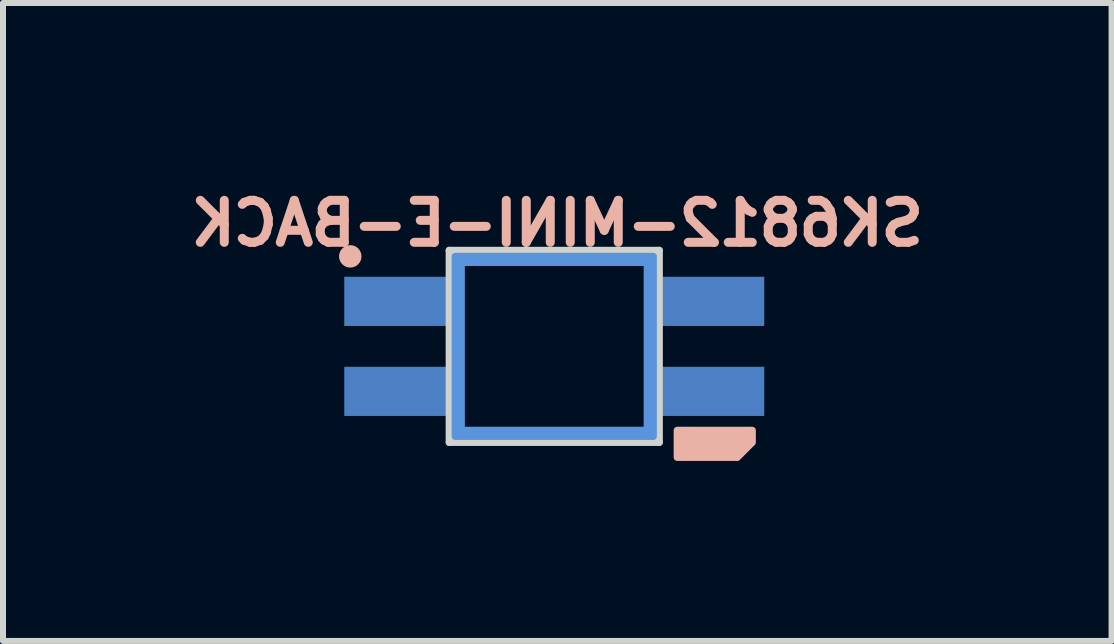
<source format=kicad_pcb>
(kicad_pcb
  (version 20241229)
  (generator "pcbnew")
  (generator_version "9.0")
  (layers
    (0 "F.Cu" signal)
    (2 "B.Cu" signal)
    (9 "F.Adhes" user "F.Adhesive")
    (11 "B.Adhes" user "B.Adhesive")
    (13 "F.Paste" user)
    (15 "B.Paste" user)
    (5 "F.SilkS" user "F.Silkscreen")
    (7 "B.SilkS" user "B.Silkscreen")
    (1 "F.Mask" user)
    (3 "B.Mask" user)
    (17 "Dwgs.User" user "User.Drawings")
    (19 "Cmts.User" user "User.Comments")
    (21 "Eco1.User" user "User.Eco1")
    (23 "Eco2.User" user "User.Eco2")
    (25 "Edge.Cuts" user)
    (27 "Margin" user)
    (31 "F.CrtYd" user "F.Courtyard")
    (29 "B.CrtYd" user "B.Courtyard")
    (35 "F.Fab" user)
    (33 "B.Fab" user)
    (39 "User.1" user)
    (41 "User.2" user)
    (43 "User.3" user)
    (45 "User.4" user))
  (footprint "SK6812-MINI-E-BACK"
    (layer "F.Cu")
    (at 6.188 2.723)
    (property "Reference" "SK6812-MINI-E-BACK" (at 0.05 -2.05 0) (unlocked yes) (layer "B.SilkS") (effects (font (size 0.7 0.7) (thickness 0.15)) (justify mirror)))
    (attr through_hole)
    (fp_circle (center -3.4 -1.5) (end -3.273 -1.5) (stroke (width 0.12) (type solid)) (fill yes) (layer "B.SilkS"))
    (fp_poly (pts (xy 3.3 1.6) (xy 3.05 1.85) (xy 2.05 1.85) (xy 2.05 1.4) (xy 3.3 1.4)) (stroke (width 0.12) (type solid)) (fill yes) (layer "B.SilkS"))
    (fp_rect (start -1.65 -1.5) (end 1.65 1.5) (stroke (width 0.12) (type solid)) (fill no) (layer "Cmts.User"))
    (fp_rect (start -1.55 -1.4) (end 1.55 1.4) (stroke (width 0.12) (type solid)) (fill no) (layer "Cmts.User"))
    (fp_line (start -1.75 -1.6) (end 1.75 -1.6) (stroke (width 0.12) (type solid)) (layer "Edge.Cuts"))
    (fp_line (start -1.75 1.6) (end -1.75 -1.6) (stroke (width 0.12) (type solid)) (layer "Edge.Cuts"))
    (fp_line (start 1.75 -1.6) (end 1.75 1.6) (stroke (width 0.12) (type solid)) (layer "Edge.Cuts"))
    (fp_line (start 1.75 1.6) (end -1.75 1.6) (stroke (width 0.12) (type solid)) (layer "Edge.Cuts"))
    (pad "1" smd rect (at -2.65 -0.75) (size 1.7 0.82) (layers "B.Cu" "B.Mask" "B.Paste"))
    (pad "2" smd rect (at -2.65 0.75) (size 1.7 0.82) (layers "B.Cu" "B.Mask" "B.Paste"))
    (pad "3" smd rect (at 2.65 0.75) (size 1.7 0.82) (layers "B.Cu" "B.Mask" "B.Paste"))
    (pad "4" smd rect (at 2.65 -0.75) (size 1.7 0.82) (layers "B.Cu" "B.Mask" "B.Paste")))
  (gr_rect
    (start -3 -3)
    (end 15.477 7.633)
    (stroke (width 0.1) (type default))
    (fill no)
    (layer "Edge.Cuts")))
</source>
